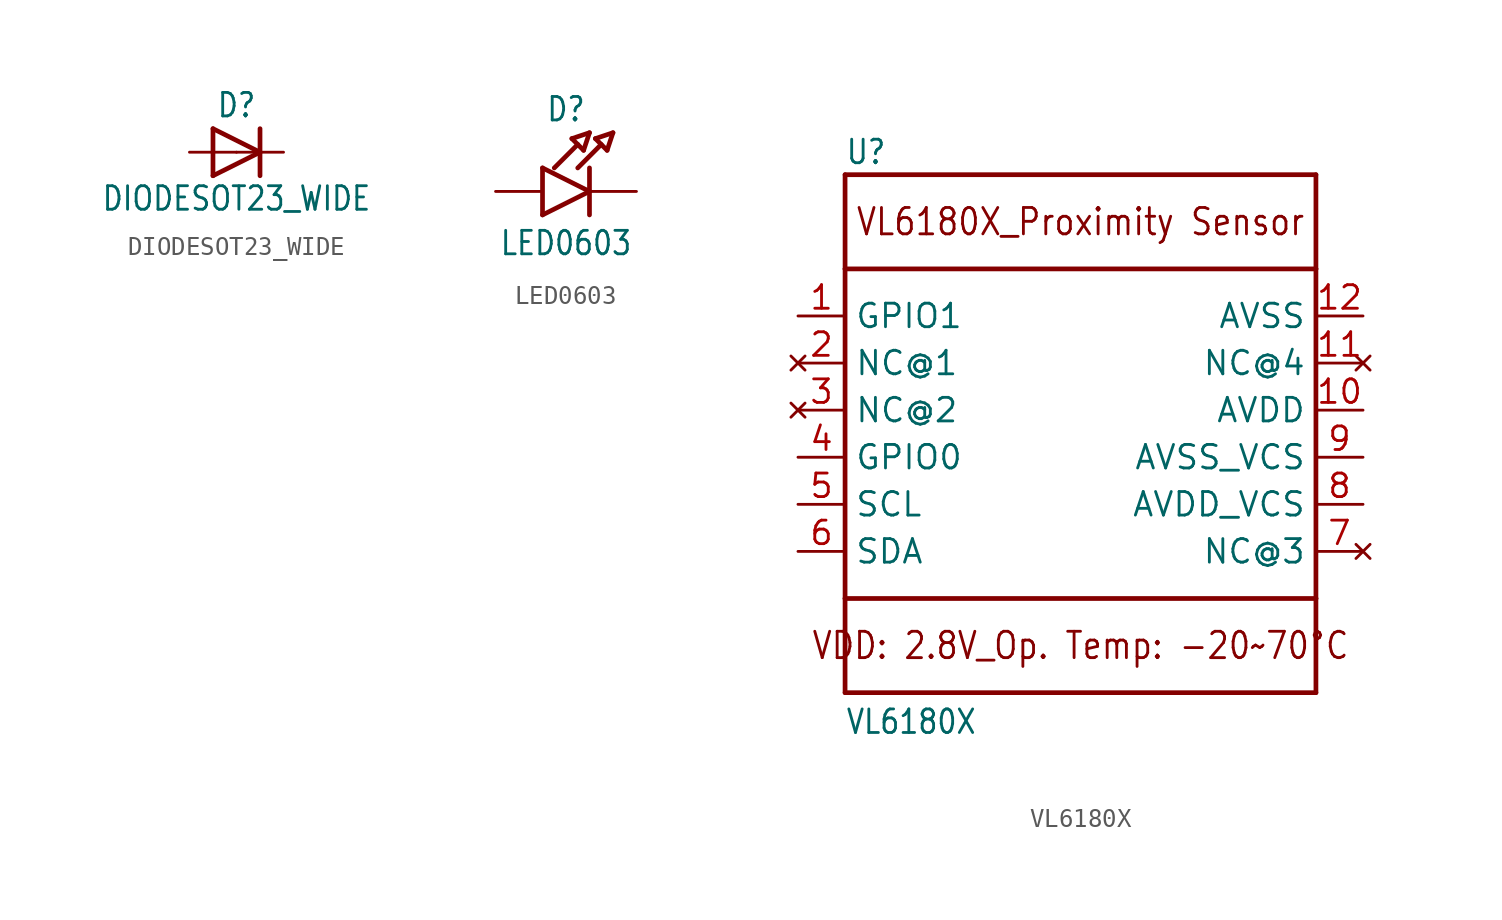
<source format=kicad_sym>
(kicad_symbol_lib
  (version 20211014)
  (generator kicad_symbol_editor)
  (symbol "DIODESOT23_WIDE"
    (property "Reference" "D"
      (at 0 2.54 0)
      (effects (font (size 1.27 1.079))))
    (property "Value" "DIODESOT23_WIDE"
      (at 0 -2.5 0)
      (effects (font (size 1.27 1.079))))
    (property "ki_locked" ""
      (at 0 0 0)
      (effects (font (size 1.27 1.27))))
    (symbol "DIODESOT23_WIDE_1_0"
      (polyline (pts (xy -1.27 -1.27) (xy 1.27 0)) (stroke (width 0.254) (type default) (color 0 0 0 0)) (fill (type none)))
      (polyline (pts (xy -1.27 1.27) (xy -1.27 -1.27)) (stroke (width 0.254) (type default) (color 0 0 0 0)) (fill (type none)))
      (polyline (pts (xy 1.27 0) (xy -1.27 1.27)) (stroke (width 0.254) (type default) (color 0 0 0 0)) (fill (type none)))
      (polyline (pts (xy 1.27 0) (xy 1.27 -1.27)) (stroke (width 0.254) (type default) (color 0 0 0 0)) (fill (type none)))
      (polyline (pts (xy 1.27 1.27) (xy 1.27 0)) (stroke (width 0.254) (type default) (color 0 0 0 0)) (fill (type none)))
      (pin passive line (at -2.54 0 0) (length 2.54) (name "A" (effects (font (size 0 0)))) (number "1" (effects (font (size 0 0)))))
      (pin passive line (at 2.54 0 180) (length 2.54) (name "C" (effects (font (size 0 0)))) (number "3" (effects (font (size 0 0)))))))
  (symbol "LED0603"
    (property "Reference" "D"
      (at -1.27 4.445 0)
      (effects (font (size 1.27 1.079))))
    (property "Value" "LED0603"
      (at -1.27 -2.794 0)
      (effects (font (size 1.27 1.079))))
    (property "ki_locked" ""
      (at 0 0 0)
      (effects (font (size 1.27 1.27))))
    (symbol "LED0603_1_0"
      (polyline (pts (xy -2.54 -1.27) (xy 0 0)) (stroke (width 0.254) (type default) (color 0 0 0 0)) (fill (type none)))
      (polyline (pts (xy -2.54 1.27) (xy -2.54 -1.27)) (stroke (width 0.254) (type default) (color 0 0 0 0)) (fill (type none)))
      (polyline (pts (xy -1.905 1.27) (xy -0.635 2.54)) (stroke (width 0.254) (type default) (color 0 0 0 0)) (fill (type none)))
      (polyline (pts (xy -0.953 2.857) (xy -0.318 2.223)) (stroke (width 0.254) (type default) (color 0 0 0 0)) (fill (type none)))
      (polyline (pts (xy -0.635 1.27) (xy 0.635 2.54)) (stroke (width 0.254) (type default) (color 0 0 0 0)) (fill (type none)))
      (polyline (pts (xy -0.318 2.223) (xy 0 3.175)) (stroke (width 0.254) (type default) (color 0 0 0 0)) (fill (type none)))
      (polyline (pts (xy 0 0) (xy -2.54 1.27)) (stroke (width 0.254) (type default) (color 0 0 0 0)) (fill (type none)))
      (polyline (pts (xy 0 0) (xy 0 -1.27)) (stroke (width 0.254) (type default) (color 0 0 0 0)) (fill (type none)))
      (polyline (pts (xy 0 1.27) (xy 0 0)) (stroke (width 0.254) (type default) (color 0 0 0 0)) (fill (type none)))
      (polyline (pts (xy 0 3.175) (xy -0.953 2.857)) (stroke (width 0.254) (type default) (color 0 0 0 0)) (fill (type none)))
      (polyline (pts (xy 0.318 2.857) (xy 0.953 2.223)) (stroke (width 0.254) (type default) (color 0 0 0 0)) (fill (type none)))
      (polyline (pts (xy 0.953 2.223) (xy 1.27 3.175)) (stroke (width 0.254) (type default) (color 0 0 0 0)) (fill (type none)))
      (polyline (pts (xy 1.27 3.175) (xy 0.318 2.857)) (stroke (width 0.254) (type default) (color 0 0 0 0)) (fill (type none)))
      (pin passive line (at -5.08 0 0) (length 2.54) (name "A" (effects (font (size 0 0)))) (number "A" (effects (font (size 0 0)))))
      (pin passive line (at 2.54 0 180) (length 2.54) (name "C" (effects (font (size 0 0)))) (number "C" (effects (font (size 0 0)))))))
  (symbol "VL6180X"
    (property "Reference" "U"
      (at -12.7 13.183 0)
      (effects (font (size 1.27 1.079)) (justify left bottom)))
    (property "Value" "VL6180X"
      (at -12.7 -17.551 0)
      (effects (font (size 1.27 1.079)) (justify left bottom)))
    (property "ki_locked" ""
      (at 0 0 0)
      (effects (font (size 1.27 1.27))))
    (symbol "VL6180X_1_0"
      (polyline (pts (xy -12.7 -15.24) (xy 12.7 -15.24)) (stroke (width 0.254) (type default) (color 0 0 0 0)) (fill (type none)))
      (polyline (pts (xy -12.7 -10.16) (xy -12.7 -15.24)) (stroke (width 0.254) (type default) (color 0 0 0 0)) (fill (type none)))
      (polyline (pts (xy -12.7 -10.16) (xy -12.7 7.62)) (stroke (width 0.254) (type default) (color 0 0 0 0)) (fill (type none)))
      (polyline (pts (xy -12.7 7.62) (xy -12.7 12.7)) (stroke (width 0.254) (type default) (color 0 0 0 0)) (fill (type none)))
      (polyline (pts (xy -12.7 7.62) (xy 12.7 7.62)) (stroke (width 0.254) (type default) (color 0 0 0 0)) (fill (type none)))
      (polyline (pts (xy -12.7 12.7) (xy 12.7 12.7)) (stroke (width 0.254) (type default) (color 0 0 0 0)) (fill (type none)))
      (polyline (pts (xy 12.7 -15.24) (xy 12.7 -10.16)) (stroke (width 0.254) (type default) (color 0 0 0 0)) (fill (type none)))
      (polyline (pts (xy 12.7 -10.16) (xy -12.7 -10.16)) (stroke (width 0.254) (type default) (color 0 0 0 0)) (fill (type none)))
      (polyline (pts (xy 12.7 7.62) (xy 12.7 -10.16)) (stroke (width 0.254) (type default) (color 0 0 0 0)) (fill (type none)))
      (polyline (pts (xy 12.7 12.7) (xy 12.7 7.62)) (stroke (width 0.254) (type default) (color 0 0 0 0)) (fill (type none)))
      (text "VDD: 2.8V_Op. Temp: -20~70°C" (at 0 -12.7 0) (effects (font (size 1.422 1.209))))
      (text "VL6180X_Proximity Sensor" (at 0 10.16 0) (effects (font (size 1.422 1.209))))
      (pin bidirectional line (at -15.24 5.08 0) (length 2.54) (name "GPIO1" (effects (font (size 1.27 1.27)))) (number "1" (effects (font (size 1.27 1.27)))))
      (pin power_in line (at 15.24 0 180) (length 2.54) (name "AVDD" (effects (font (size 1.27 1.27)))) (number "10" (effects (font (size 1.27 1.27)))))
      (pin no_connect line (at 15.24 2.54 180) (length 2.54) (name "NC@4" (effects (font (size 1.27 1.27)))) (number "11" (effects (font (size 1.27 1.27)))))
      (pin power_in line (at 15.24 5.08 180) (length 2.54) (name "AVSS" (effects (font (size 1.27 1.27)))) (number "12" (effects (font (size 1.27 1.27)))))
      (pin no_connect line (at -15.24 2.54 0) (length 2.54) (name "NC@1" (effects (font (size 1.27 1.27)))) (number "2" (effects (font (size 1.27 1.27)))))
      (pin no_connect line (at -15.24 0 0) (length 2.54) (name "NC@2" (effects (font (size 1.27 1.27)))) (number "3" (effects (font (size 1.27 1.27)))))
      (pin bidirectional line (at -15.24 -2.54 0) (length 2.54) (name "GPIO0" (effects (font (size 1.27 1.27)))) (number "4" (effects (font (size 1.27 1.27)))))
      (pin input line (at -15.24 -5.08 0) (length 2.54) (name "SCL" (effects (font (size 1.27 1.27)))) (number "5" (effects (font (size 1.27 1.27)))))
      (pin bidirectional line (at -15.24 -7.62 0) (length 2.54) (name "SDA" (effects (font (size 1.27 1.27)))) (number "6" (effects (font (size 1.27 1.27)))))
      (pin no_connect line (at 15.24 -7.62 180) (length 2.54) (name "NC@3" (effects (font (size 1.27 1.27)))) (number "7" (effects (font (size 1.27 1.27)))))
      (pin power_in line (at 15.24 -5.08 180) (length 2.54) (name "AVDD_VCS" (effects (font (size 1.27 1.27)))) (number "8" (effects (font (size 1.27 1.27)))))
      (pin power_in line (at 15.24 -2.54 180) (length 2.54) (name "AVSS_VCS" (effects (font (size 1.27 1.27)))) (number "9" (effects (font (size 1.27 1.27))))))))
</source>
